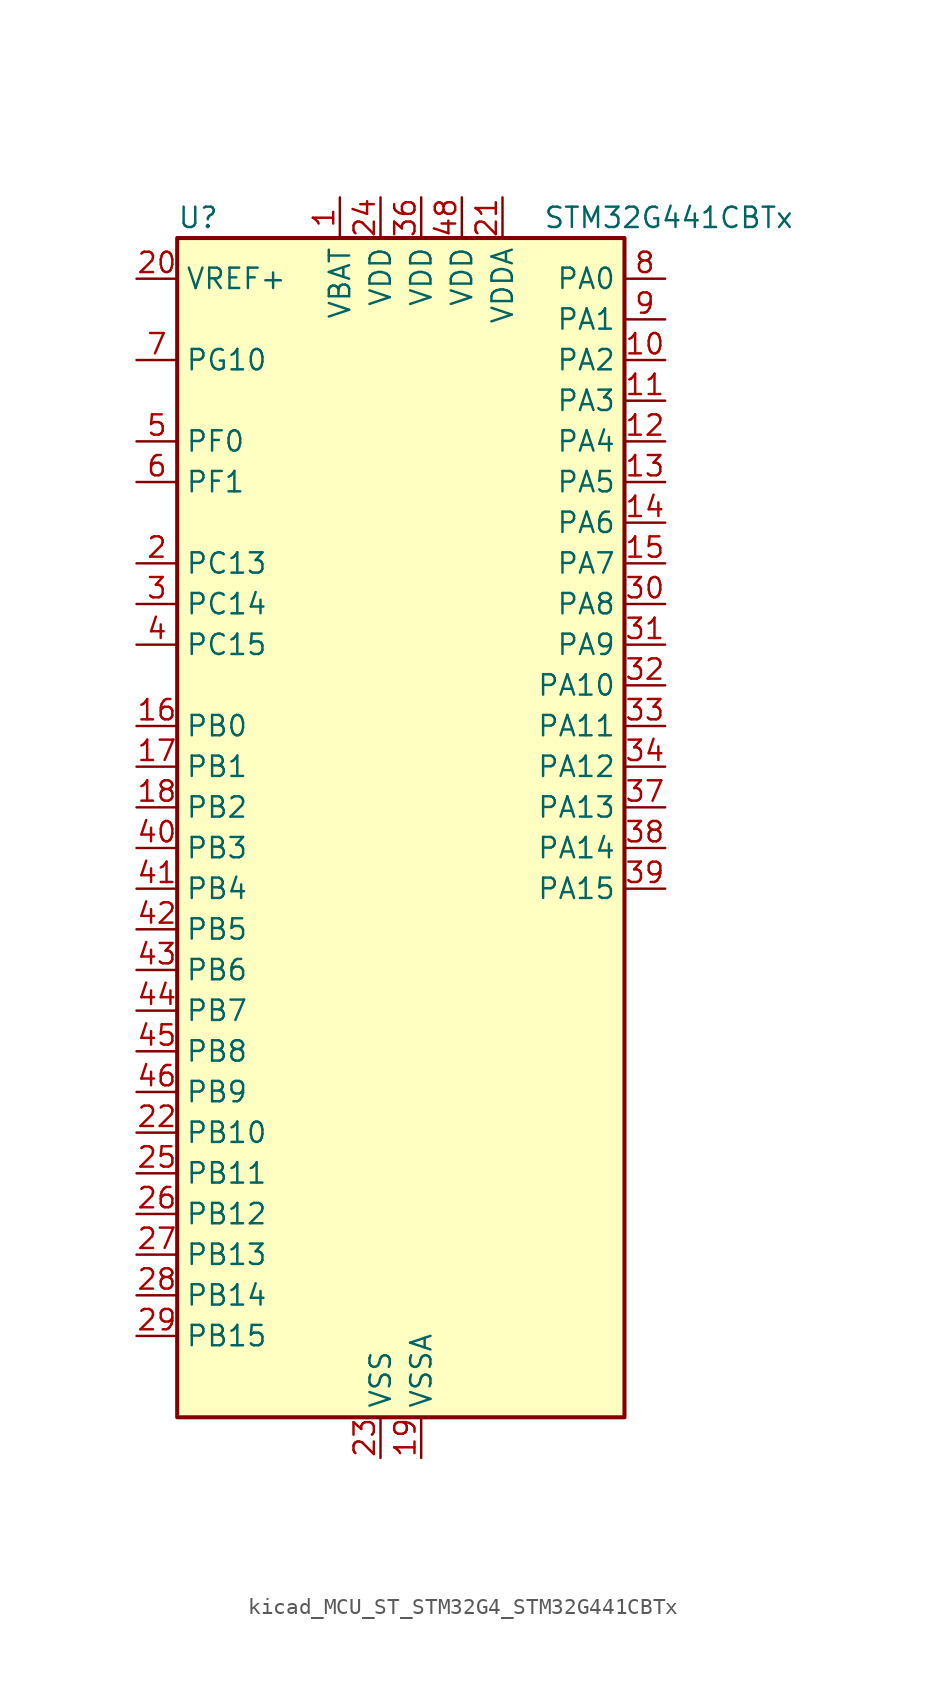
<source format=kicad_sym>
(kicad_symbol_lib
  (version 20220914)
  (generator kicad_symbol_editor)
  (symbol "kicad_MCU_ST_STM32G4_STM32G441CBTx"
    (property "Reference" "U"
      (at -12.7 39.37 0)
      (effects (font (size 1.27 1.27)) (justify left)))
    (property "Value" "STM32G441CBTx"
      (at 10.16 39.37 0)
      (effects (font (size 1.27 1.27)) (justify left)))
    (property "ki_locked" ""
      (at 0 0 0)
      (effects (font (size 1.27 1.27))))
    (symbol "kicad_MCU_ST_STM32G4_STM32G441CBTx_0_1"
      (rectangle (start -12.7 -35.56) (end 15.24 38.1) (stroke (width 0.254) (type default)) (fill (type background))))
    (symbol "kicad_MCU_ST_STM32G4_STM32G441CBTx_1_1"
      (pin power_in line (at -2.54 40.64 270) (length 2.54) (name "VBAT" (effects (font (size 1.27 1.27)))) (number "1" (effects (font (size 1.27 1.27)))))
      (pin bidirectional line (at 17.78 30.48 180) (length 2.54) (name "PA2" (effects (font (size 1.27 1.27)))) (number "10" (effects (font (size 1.27 1.27)))) (alternate "ADC1_IN3" bidirectional line) (alternate "COMP2_INM" bidirectional line) (alternate "COMP2_OUT" bidirectional line) (alternate "LPUART1_TX" bidirectional line) (alternate "OPAMP1_VOUT" bidirectional line) (alternate "RCC_LSCO" bidirectional line) (alternate "SYS_WKUP4" bidirectional line) (alternate "TIM15_CH1" bidirectional line) (alternate "TIM2_CH3" bidirectional line) (alternate "UCPD1_FRSTX1" bidirectional line) (alternate "UCPD1_FRSTX2" bidirectional line) (alternate "USART2_TX" bidirectional line))
      (pin bidirectional line (at 17.78 27.94 180) (length 2.54) (name "PA3" (effects (font (size 1.27 1.27)))) (number "11" (effects (font (size 1.27 1.27)))) (alternate "ADC1_IN4" bidirectional line) (alternate "COMP2_INP" bidirectional line) (alternate "LPUART1_RX" bidirectional line) (alternate "OPAMP1_VINM" bidirectional line) (alternate "OPAMP1_VINM0" bidirectional line) (alternate "OPAMP1_VINM_SEC" bidirectional line) (alternate "OPAMP1_VINP" bidirectional line) (alternate "OPAMP1_VINP_SEC" bidirectional line) (alternate "SAI1_CK1" bidirectional line) (alternate "SAI1_MCLK_A" bidirectional line) (alternate "TIM15_CH2" bidirectional line) (alternate "TIM2_CH4" bidirectional line) (alternate "USART2_RX" bidirectional line))
      (pin bidirectional line (at 17.78 25.4 180) (length 2.54) (name "PA4" (effects (font (size 1.27 1.27)))) (number "12" (effects (font (size 1.27 1.27)))) (alternate "ADC2_IN17" bidirectional line) (alternate "COMP1_INM" bidirectional line) (alternate "DAC1_OUT1" bidirectional line) (alternate "I2S3_WS" bidirectional line) (alternate "SAI1_FS_B" bidirectional line) (alternate "SPI1_NSS" bidirectional line) (alternate "SPI3_NSS" bidirectional line) (alternate "TIM3_CH2" bidirectional line) (alternate "USART2_CK" bidirectional line))
      (pin bidirectional line (at 17.78 22.86 180) (length 2.54) (name "PA5" (effects (font (size 1.27 1.27)))) (number "13" (effects (font (size 1.27 1.27)))) (alternate "ADC2_IN13" bidirectional line) (alternate "COMP2_INM" bidirectional line) (alternate "DAC1_OUT2" bidirectional line) (alternate "OPAMP2_VINM" bidirectional line) (alternate "OPAMP2_VINM0" bidirectional line) (alternate "OPAMP2_VINM_SEC" bidirectional line) (alternate "SPI1_SCK" bidirectional line) (alternate "TIM2_CH1" bidirectional line) (alternate "TIM2_ETR" bidirectional line) (alternate "UCPD1_FRSTX1" bidirectional line) (alternate "UCPD1_FRSTX2" bidirectional line))
      (pin bidirectional line (at 17.78 20.32 180) (length 2.54) (name "PA6" (effects (font (size 1.27 1.27)))) (number "14" (effects (font (size 1.27 1.27)))) (alternate "ADC2_IN3" bidirectional line) (alternate "COMP1_OUT" bidirectional line) (alternate "LPUART1_CTS" bidirectional line) (alternate "OPAMP2_VOUT" bidirectional line) (alternate "SPI1_MISO" bidirectional line) (alternate "TIM16_CH1" bidirectional line) (alternate "TIM1_BKIN" bidirectional line) (alternate "TIM3_CH1" bidirectional line) (alternate "TIM8_BKIN" bidirectional line))
      (pin bidirectional line (at 17.78 17.78 180) (length 2.54) (name "PA7" (effects (font (size 1.27 1.27)))) (number "15" (effects (font (size 1.27 1.27)))) (alternate "ADC2_IN4" bidirectional line) (alternate "COMP2_INP" bidirectional line) (alternate "COMP2_OUT" bidirectional line) (alternate "OPAMP1_VINP" bidirectional line) (alternate "OPAMP1_VINP_SEC" bidirectional line) (alternate "OPAMP2_VINP" bidirectional line) (alternate "OPAMP2_VINP_SEC" bidirectional line) (alternate "SPI1_MOSI" bidirectional line) (alternate "TIM17_CH1" bidirectional line) (alternate "TIM1_CH1N" bidirectional line) (alternate "TIM3_CH2" bidirectional line) (alternate "TIM8_CH1N" bidirectional line) (alternate "UCPD1_FRSTX1" bidirectional line) (alternate "UCPD1_FRSTX2" bidirectional line))
      (pin bidirectional line (at -15.24 7.62 0) (length 2.54) (name "PB0" (effects (font (size 1.27 1.27)))) (number "16" (effects (font (size 1.27 1.27)))) (alternate "ADC1_IN15" bidirectional line) (alternate "COMP4_INP" bidirectional line) (alternate "OPAMP2_VINP" bidirectional line) (alternate "OPAMP2_VINP_SEC" bidirectional line) (alternate "OPAMP3_VINP" bidirectional line) (alternate "OPAMP3_VINP_SEC" bidirectional line) (alternate "TIM1_CH2N" bidirectional line) (alternate "TIM3_CH3" bidirectional line) (alternate "TIM8_CH2N" bidirectional line) (alternate "UCPD1_FRSTX1" bidirectional line) (alternate "UCPD1_FRSTX2" bidirectional line))
      (pin bidirectional line (at -15.24 5.08 0) (length 2.54) (name "PB1" (effects (font (size 1.27 1.27)))) (number "17" (effects (font (size 1.27 1.27)))) (alternate "ADC1_IN12" bidirectional line) (alternate "COMP1_INP" bidirectional line) (alternate "COMP4_OUT" bidirectional line) (alternate "LPUART1_DE" bidirectional line) (alternate "LPUART1_RTS" bidirectional line) (alternate "OPAMP3_VOUT" bidirectional line) (alternate "TIM1_CH3N" bidirectional line) (alternate "TIM3_CH4" bidirectional line) (alternate "TIM8_CH3N" bidirectional line))
      (pin bidirectional line (at -15.24 2.54 0) (length 2.54) (name "PB2" (effects (font (size 1.27 1.27)))) (number "18" (effects (font (size 1.27 1.27)))) (alternate "ADC2_IN12" bidirectional line) (alternate "COMP4_INM" bidirectional line) (alternate "I2C3_SMBA" bidirectional line) (alternate "LPTIM1_OUT" bidirectional line) (alternate "OPAMP3_VINM" bidirectional line) (alternate "OPAMP3_VINM0" bidirectional line) (alternate "OPAMP3_VINM_SEC" bidirectional line) (alternate "RTC_OUT2" bidirectional line))
      (pin power_in line (at 2.54 -38.1 90) (length 2.54) (name "VSSA" (effects (font (size 1.27 1.27)))) (number "19" (effects (font (size 1.27 1.27)))))
      (pin bidirectional line (at -15.24 17.78 0) (length 2.54) (name "PC13" (effects (font (size 1.27 1.27)))) (number "2" (effects (font (size 1.27 1.27)))) (alternate "RTC_OUT1" bidirectional line) (alternate "RTC_TAMP1" bidirectional line) (alternate "RTC_TS" bidirectional line) (alternate "SYS_WKUP2" bidirectional line) (alternate "TIM1_BKIN" bidirectional line) (alternate "TIM1_CH1N" bidirectional line) (alternate "TIM8_CH4N" bidirectional line))
      (pin input line (at -15.24 35.56 0) (length 2.54) (name "VREF+" (effects (font (size 1.27 1.27)))) (number "20" (effects (font (size 1.27 1.27)))) (alternate "VREFBUF_OUT" bidirectional line))
      (pin power_in line (at 7.62 40.64 270) (length 2.54) (name "VDDA" (effects (font (size 1.27 1.27)))) (number "21" (effects (font (size 1.27 1.27)))))
      (pin bidirectional line (at -15.24 -17.78 0) (length 2.54) (name "PB10" (effects (font (size 1.27 1.27)))) (number "22" (effects (font (size 1.27 1.27)))) (alternate "DAC1_EXTI10" bidirectional line) (alternate "DAC3_EXTI10" bidirectional line) (alternate "LPUART1_RX" bidirectional line) (alternate "OPAMP3_VINM" bidirectional line) (alternate "OPAMP3_VINM1" bidirectional line) (alternate "OPAMP3_VINM_SEC" bidirectional line) (alternate "SAI1_SCK_A" bidirectional line) (alternate "TIM1_BKIN" bidirectional line) (alternate "TIM2_CH3" bidirectional line) (alternate "USART3_TX" bidirectional line))
      (pin power_in line (at 0 -38.1 90) (length 2.54) (name "VSS" (effects (font (size 1.27 1.27)))) (number "23" (effects (font (size 1.27 1.27)))))
      (pin power_in line (at 0 40.64 270) (length 2.54) (name "VDD" (effects (font (size 1.27 1.27)))) (number "24" (effects (font (size 1.27 1.27)))))
      (pin bidirectional line (at -15.24 -20.32 0) (length 2.54) (name "PB11" (effects (font (size 1.27 1.27)))) (number "25" (effects (font (size 1.27 1.27)))) (alternate "ADC1_EXTI11" bidirectional line) (alternate "ADC1_IN14" bidirectional line) (alternate "ADC2_EXTI11" bidirectional line) (alternate "ADC2_IN14" bidirectional line) (alternate "LPUART1_TX" bidirectional line) (alternate "TIM2_CH4" bidirectional line) (alternate "USART3_RX" bidirectional line))
      (pin bidirectional line (at -15.24 -22.86 0) (length 2.54) (name "PB12" (effects (font (size 1.27 1.27)))) (number "26" (effects (font (size 1.27 1.27)))) (alternate "ADC1_IN11" bidirectional line) (alternate "I2C2_SMBA" bidirectional line) (alternate "I2S2_WS" bidirectional line) (alternate "LPUART1_DE" bidirectional line) (alternate "LPUART1_RTS" bidirectional line) (alternate "SPI2_NSS" bidirectional line) (alternate "TIM1_BKIN" bidirectional line) (alternate "USART3_CK" bidirectional line))
      (pin bidirectional line (at -15.24 -25.4 0) (length 2.54) (name "PB13" (effects (font (size 1.27 1.27)))) (number "27" (effects (font (size 1.27 1.27)))) (alternate "I2S2_CK" bidirectional line) (alternate "LPUART1_CTS" bidirectional line) (alternate "OPAMP3_VINP" bidirectional line) (alternate "OPAMP3_VINP_SEC" bidirectional line) (alternate "SPI2_SCK" bidirectional line) (alternate "TIM1_CH1N" bidirectional line) (alternate "USART3_CTS" bidirectional line) (alternate "USART3_NSS" bidirectional line))
      (pin bidirectional line (at -15.24 -27.94 0) (length 2.54) (name "PB14" (effects (font (size 1.27 1.27)))) (number "28" (effects (font (size 1.27 1.27)))) (alternate "ADC1_IN5" bidirectional line) (alternate "COMP4_OUT" bidirectional line) (alternate "OPAMP2_VINP" bidirectional line) (alternate "OPAMP2_VINP_SEC" bidirectional line) (alternate "SPI2_MISO" bidirectional line) (alternate "TIM15_CH1" bidirectional line) (alternate "TIM1_CH2N" bidirectional line) (alternate "USART3_DE" bidirectional line) (alternate "USART3_RTS" bidirectional line))
      (pin bidirectional line (at -15.24 -30.48 0) (length 2.54) (name "PB15" (effects (font (size 1.27 1.27)))) (number "29" (effects (font (size 1.27 1.27)))) (alternate "ADC1_EXTI15" bidirectional line) (alternate "ADC2_EXTI15" bidirectional line) (alternate "ADC2_IN15" bidirectional line) (alternate "COMP3_OUT" bidirectional line) (alternate "I2S2_SD" bidirectional line) (alternate "RTC_REFIN" bidirectional line) (alternate "SPI2_MOSI" bidirectional line) (alternate "TIM15_CH1N" bidirectional line) (alternate "TIM15_CH2" bidirectional line) (alternate "TIM1_CH3N" bidirectional line))
      (pin bidirectional line (at -15.24 15.24 0) (length 2.54) (name "PC14" (effects (font (size 1.27 1.27)))) (number "3" (effects (font (size 1.27 1.27)))) (alternate "RCC_OSC32_IN" bidirectional line))
      (pin bidirectional line (at 17.78 15.24 180) (length 2.54) (name "PA8" (effects (font (size 1.27 1.27)))) (number "30" (effects (font (size 1.27 1.27)))) (alternate "I2C2_SDA" bidirectional line) (alternate "I2C3_SCL" bidirectional line) (alternate "I2S2_MCK" bidirectional line) (alternate "RCC_MCO" bidirectional line) (alternate "SAI1_CK2" bidirectional line) (alternate "SAI1_SCK_A" bidirectional line) (alternate "TIM1_CH1" bidirectional line) (alternate "TIM4_ETR" bidirectional line) (alternate "USART1_CK" bidirectional line))
      (pin bidirectional line (at 17.78 12.7 180) (length 2.54) (name "PA9" (effects (font (size 1.27 1.27)))) (number "31" (effects (font (size 1.27 1.27)))) (alternate "DAC1_EXTI9" bidirectional line) (alternate "DAC3_EXTI9" bidirectional line) (alternate "I2C2_SCL" bidirectional line) (alternate "I2C3_SMBA" bidirectional line) (alternate "I2S3_MCK" bidirectional line) (alternate "SAI1_FS_A" bidirectional line) (alternate "TIM15_BKIN" bidirectional line) (alternate "TIM1_CH2" bidirectional line) (alternate "TIM2_CH3" bidirectional line) (alternate "UCPD1_DBCC1" bidirectional line) (alternate "USART1_TX" bidirectional line))
      (pin bidirectional line (at 17.78 10.16 180) (length 2.54) (name "PA10" (effects (font (size 1.27 1.27)))) (number "32" (effects (font (size 1.27 1.27)))) (alternate "CRS_SYNC" bidirectional line) (alternate "DAC1_EXTI10" bidirectional line) (alternate "DAC3_EXTI10" bidirectional line) (alternate "I2C2_SMBA" bidirectional line) (alternate "SAI1_D1" bidirectional line) (alternate "SAI1_SD_A" bidirectional line) (alternate "SPI2_MISO" bidirectional line) (alternate "TIM17_BKIN" bidirectional line) (alternate "TIM1_CH3" bidirectional line) (alternate "TIM2_CH4" bidirectional line) (alternate "TIM8_BKIN" bidirectional line) (alternate "UCPD1_DBCC2" bidirectional line) (alternate "USART1_RX" bidirectional line))
      (pin bidirectional line (at 17.78 7.62 180) (length 2.54) (name "PA11" (effects (font (size 1.27 1.27)))) (number "33" (effects (font (size 1.27 1.27)))) (alternate "ADC1_EXTI11" bidirectional line) (alternate "ADC2_EXTI11" bidirectional line) (alternate "COMP1_OUT" bidirectional line) (alternate "FDCAN1_RX" bidirectional line) (alternate "I2S2_SD" bidirectional line) (alternate "SPI2_MOSI" bidirectional line) (alternate "TIM1_BKIN2" bidirectional line) (alternate "TIM1_CH1N" bidirectional line) (alternate "TIM1_CH4" bidirectional line) (alternate "TIM4_CH1" bidirectional line) (alternate "USART1_CTS" bidirectional line) (alternate "USART1_NSS" bidirectional line) (alternate "USB_DM" bidirectional line))
      (pin bidirectional line (at 17.78 5.08 180) (length 2.54) (name "PA12" (effects (font (size 1.27 1.27)))) (number "34" (effects (font (size 1.27 1.27)))) (alternate "COMP2_OUT" bidirectional line) (alternate "FDCAN1_TX" bidirectional line) (alternate "I2S_CKIN" bidirectional line) (alternate "TIM16_CH1" bidirectional line) (alternate "TIM1_CH2N" bidirectional line) (alternate "TIM1_ETR" bidirectional line) (alternate "TIM4_CH2" bidirectional line) (alternate "USART1_DE" bidirectional line) (alternate "USART1_RTS" bidirectional line) (alternate "USB_DP" bidirectional line))
      (pin passive line (at 0 -38.1 90) (length 2.54) hide (name "VSS" (effects (font (size 1.27 1.27)))) (number "35" (effects (font (size 1.27 1.27)))))
      (pin power_in line (at 2.54 40.64 270) (length 2.54) (name "VDD" (effects (font (size 1.27 1.27)))) (number "36" (effects (font (size 1.27 1.27)))))
      (pin bidirectional line (at 17.78 2.54 180) (length 2.54) (name "PA13" (effects (font (size 1.27 1.27)))) (number "37" (effects (font (size 1.27 1.27)))) (alternate "I2C1_SCL" bidirectional line) (alternate "IR_OUT" bidirectional line) (alternate "SAI1_SD_B" bidirectional line) (alternate "SYS_JTMS-SWDIO" bidirectional line) (alternate "TIM16_CH1N" bidirectional line) (alternate "TIM4_CH3" bidirectional line) (alternate "USART3_CTS" bidirectional line) (alternate "USART3_NSS" bidirectional line))
      (pin bidirectional line (at 17.78 0 180) (length 2.54) (name "PA14" (effects (font (size 1.27 1.27)))) (number "38" (effects (font (size 1.27 1.27)))) (alternate "I2C1_SDA" bidirectional line) (alternate "LPTIM1_OUT" bidirectional line) (alternate "SAI1_FS_B" bidirectional line) (alternate "SYS_JTCK-SWCLK" bidirectional line) (alternate "TIM1_BKIN" bidirectional line) (alternate "TIM8_CH2" bidirectional line) (alternate "USART2_TX" bidirectional line))
      (pin bidirectional line (at 17.78 -2.54 180) (length 2.54) (name "PA15" (effects (font (size 1.27 1.27)))) (number "39" (effects (font (size 1.27 1.27)))) (alternate "ADC1_EXTI15" bidirectional line) (alternate "ADC2_EXTI15" bidirectional line) (alternate "I2C1_SCL" bidirectional line) (alternate "I2S3_WS" bidirectional line) (alternate "SPI1_NSS" bidirectional line) (alternate "SPI3_NSS" bidirectional line) (alternate "SYS_JTDI" bidirectional line) (alternate "TIM1_BKIN" bidirectional line) (alternate "TIM2_CH1" bidirectional line) (alternate "TIM2_ETR" bidirectional line) (alternate "TIM8_CH1" bidirectional line) (alternate "USART2_RX" bidirectional line))
      (pin bidirectional line (at -15.24 12.7 0) (length 2.54) (name "PC15" (effects (font (size 1.27 1.27)))) (number "4" (effects (font (size 1.27 1.27)))) (alternate "ADC1_EXTI15" bidirectional line) (alternate "ADC2_EXTI15" bidirectional line) (alternate "RCC_OSC32_OUT" bidirectional line))
      (pin bidirectional line (at -15.24 0 0) (length 2.54) (name "PB3" (effects (font (size 1.27 1.27)))) (number "40" (effects (font (size 1.27 1.27)))) (alternate "CRS_SYNC" bidirectional line) (alternate "I2S3_CK" bidirectional line) (alternate "SAI1_SCK_B" bidirectional line) (alternate "SPI1_SCK" bidirectional line) (alternate "SPI3_SCK" bidirectional line) (alternate "SYS_JTDO-SWO" bidirectional line) (alternate "TIM2_CH2" bidirectional line) (alternate "TIM3_ETR" bidirectional line) (alternate "TIM4_ETR" bidirectional line) (alternate "TIM8_CH1N" bidirectional line) (alternate "USART2_TX" bidirectional line))
      (pin bidirectional line (at -15.24 -2.54 0) (length 2.54) (name "PB4" (effects (font (size 1.27 1.27)))) (number "41" (effects (font (size 1.27 1.27)))) (alternate "SAI1_MCLK_B" bidirectional line) (alternate "SPI1_MISO" bidirectional line) (alternate "SPI3_MISO" bidirectional line) (alternate "SYS_JTRST" bidirectional line) (alternate "TIM16_CH1" bidirectional line) (alternate "TIM17_BKIN" bidirectional line) (alternate "TIM3_CH1" bidirectional line) (alternate "TIM8_CH2N" bidirectional line) (alternate "UCPD1_CC2" bidirectional line) (alternate "USART2_RX" bidirectional line))
      (pin bidirectional line (at -15.24 -5.08 0) (length 2.54) (name "PB5" (effects (font (size 1.27 1.27)))) (number "42" (effects (font (size 1.27 1.27)))) (alternate "I2C1_SMBA" bidirectional line) (alternate "I2C3_SDA" bidirectional line) (alternate "I2S3_SD" bidirectional line) (alternate "LPTIM1_IN1" bidirectional line) (alternate "SAI1_SD_B" bidirectional line) (alternate "SPI1_MOSI" bidirectional line) (alternate "SPI3_MOSI" bidirectional line) (alternate "TIM16_BKIN" bidirectional line) (alternate "TIM17_CH1" bidirectional line) (alternate "TIM3_CH2" bidirectional line) (alternate "TIM8_CH3N" bidirectional line) (alternate "USART2_CK" bidirectional line))
      (pin bidirectional line (at -15.24 -7.62 0) (length 2.54) (name "PB6" (effects (font (size 1.27 1.27)))) (number "43" (effects (font (size 1.27 1.27)))) (alternate "COMP4_OUT" bidirectional line) (alternate "LPTIM1_ETR" bidirectional line) (alternate "SAI1_FS_B" bidirectional line) (alternate "TIM16_CH1N" bidirectional line) (alternate "TIM4_CH1" bidirectional line) (alternate "TIM8_BKIN2" bidirectional line) (alternate "TIM8_CH1" bidirectional line) (alternate "TIM8_ETR" bidirectional line) (alternate "UCPD1_CC1" bidirectional line) (alternate "USART1_TX" bidirectional line))
      (pin bidirectional line (at -15.24 -10.16 0) (length 2.54) (name "PB7" (effects (font (size 1.27 1.27)))) (number "44" (effects (font (size 1.27 1.27)))) (alternate "COMP3_OUT" bidirectional line) (alternate "I2C1_SDA" bidirectional line) (alternate "LPTIM1_IN2" bidirectional line) (alternate "SYS_PVD_IN" bidirectional line) (alternate "TIM17_CH1N" bidirectional line) (alternate "TIM3_CH4" bidirectional line) (alternate "TIM4_CH2" bidirectional line) (alternate "TIM8_BKIN" bidirectional line) (alternate "USART1_RX" bidirectional line))
      (pin bidirectional line (at -15.24 -12.7 0) (length 2.54) (name "PB8" (effects (font (size 1.27 1.27)))) (number "45" (effects (font (size 1.27 1.27)))) (alternate "COMP1_OUT" bidirectional line) (alternate "FDCAN1_RX" bidirectional line) (alternate "I2C1_SCL" bidirectional line) (alternate "SAI1_CK1" bidirectional line) (alternate "SAI1_MCLK_A" bidirectional line) (alternate "TIM16_CH1" bidirectional line) (alternate "TIM1_BKIN" bidirectional line) (alternate "TIM4_CH3" bidirectional line) (alternate "TIM8_CH2" bidirectional line) (alternate "USART3_RX" bidirectional line))
      (pin bidirectional line (at -15.24 -15.24 0) (length 2.54) (name "PB9" (effects (font (size 1.27 1.27)))) (number "46" (effects (font (size 1.27 1.27)))) (alternate "COMP2_OUT" bidirectional line) (alternate "DAC1_EXTI9" bidirectional line) (alternate "DAC3_EXTI9" bidirectional line) (alternate "FDCAN1_TX" bidirectional line) (alternate "I2C1_SDA" bidirectional line) (alternate "IR_OUT" bidirectional line) (alternate "SAI1_D2" bidirectional line) (alternate "SAI1_FS_A" bidirectional line) (alternate "TIM17_CH1" bidirectional line) (alternate "TIM1_CH3N" bidirectional line) (alternate "TIM4_CH4" bidirectional line) (alternate "TIM8_CH3" bidirectional line) (alternate "USART3_TX" bidirectional line))
      (pin passive line (at 0 -38.1 90) (length 2.54) hide (name "VSS" (effects (font (size 1.27 1.27)))) (number "47" (effects (font (size 1.27 1.27)))))
      (pin power_in line (at 5.08 40.64 270) (length 2.54) (name "VDD" (effects (font (size 1.27 1.27)))) (number "48" (effects (font (size 1.27 1.27)))))
      (pin bidirectional line (at -15.24 25.4 0) (length 2.54) (name "PF0" (effects (font (size 1.27 1.27)))) (number "5" (effects (font (size 1.27 1.27)))) (alternate "ADC1_IN10" bidirectional line) (alternate "I2C2_SDA" bidirectional line) (alternate "I2S2_WS" bidirectional line) (alternate "RCC_OSC_IN" bidirectional line) (alternate "SPI2_NSS" bidirectional line) (alternate "TIM1_CH3N" bidirectional line))
      (pin bidirectional line (at -15.24 22.86 0) (length 2.54) (name "PF1" (effects (font (size 1.27 1.27)))) (number "6" (effects (font (size 1.27 1.27)))) (alternate "ADC2_IN10" bidirectional line) (alternate "COMP3_INM" bidirectional line) (alternate "I2S2_CK" bidirectional line) (alternate "RCC_OSC_OUT" bidirectional line) (alternate "SPI2_SCK" bidirectional line))
      (pin bidirectional line (at -15.24 30.48 0) (length 2.54) (name "PG10" (effects (font (size 1.27 1.27)))) (number "7" (effects (font (size 1.27 1.27)))) (alternate "DAC1_EXTI10" bidirectional line) (alternate "DAC3_EXTI10" bidirectional line) (alternate "RCC_MCO" bidirectional line))
      (pin bidirectional line (at 17.78 35.56 180) (length 2.54) (name "PA0" (effects (font (size 1.27 1.27)))) (number "8" (effects (font (size 1.27 1.27)))) (alternate "ADC1_IN1" bidirectional line) (alternate "ADC2_IN1" bidirectional line) (alternate "COMP1_INM" bidirectional line) (alternate "COMP1_OUT" bidirectional line) (alternate "COMP3_INP" bidirectional line) (alternate "RTC_TAMP2" bidirectional line) (alternate "SYS_WKUP1" bidirectional line) (alternate "TIM2_CH1" bidirectional line) (alternate "TIM2_ETR" bidirectional line) (alternate "TIM8_BKIN" bidirectional line) (alternate "TIM8_ETR" bidirectional line) (alternate "USART2_CTS" bidirectional line) (alternate "USART2_NSS" bidirectional line))
      (pin bidirectional line (at 17.78 33.02 180) (length 2.54) (name "PA1" (effects (font (size 1.27 1.27)))) (number "9" (effects (font (size 1.27 1.27)))) (alternate "ADC1_IN2" bidirectional line) (alternate "ADC2_IN2" bidirectional line) (alternate "COMP1_INP" bidirectional line) (alternate "OPAMP1_VINP" bidirectional line) (alternate "OPAMP1_VINP_SEC" bidirectional line) (alternate "OPAMP3_VINP" bidirectional line) (alternate "OPAMP3_VINP_SEC" bidirectional line) (alternate "RTC_REFIN" bidirectional line) (alternate "TIM15_CH1N" bidirectional line) (alternate "TIM2_CH2" bidirectional line) (alternate "USART2_DE" bidirectional line) (alternate "USART2_RTS" bidirectional line)))))
</source>
